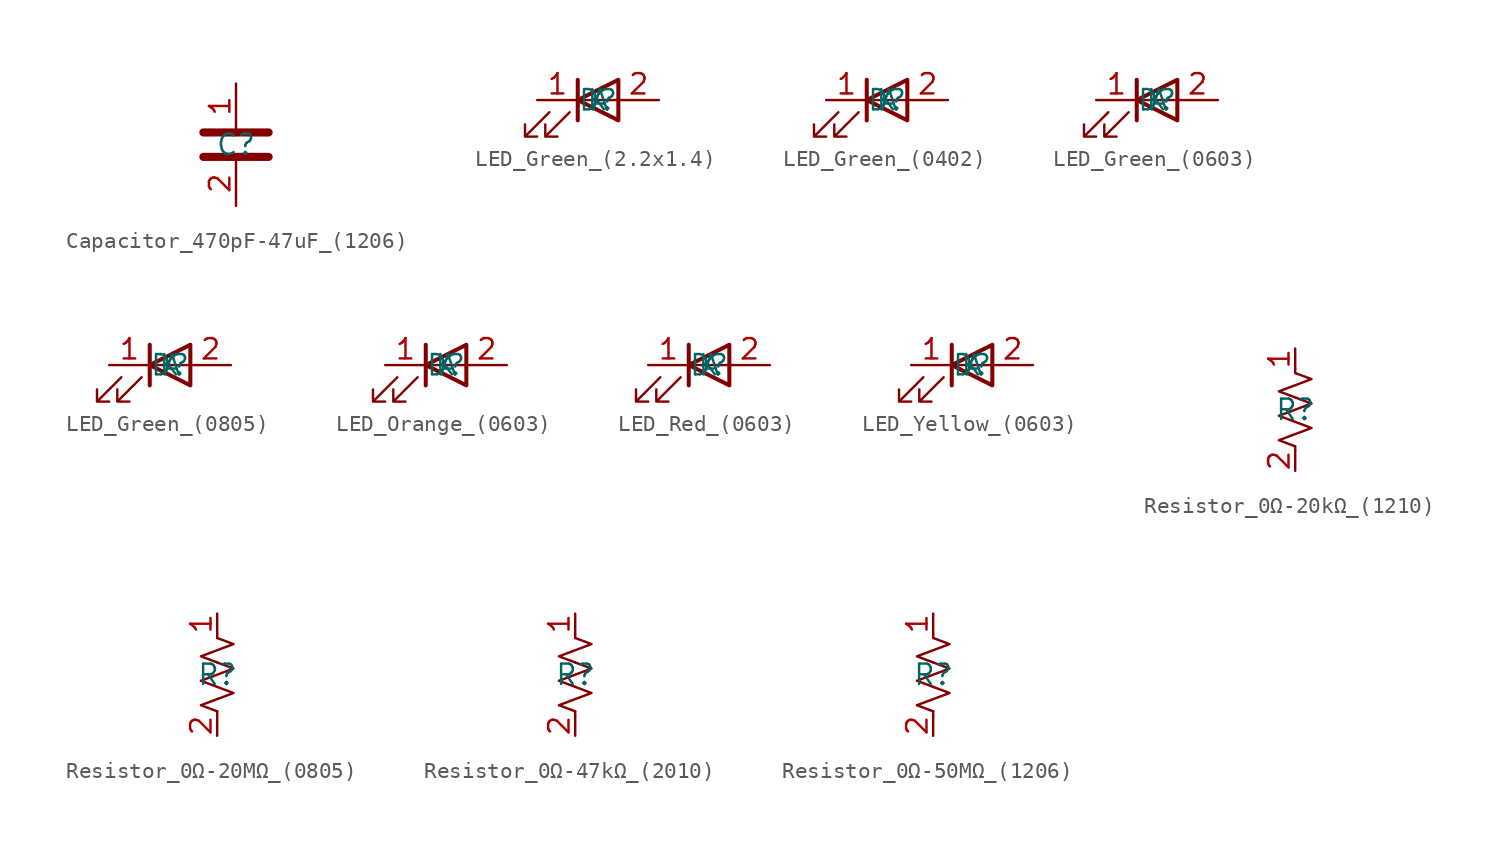
<source format=kicad_sym>
(kicad_symbol_lib
  (version 20231120)
  (generator "kicad_symbol_editor")
  (generator_version "8.0")
  (symbol "Capacitor_470pF-47uF_(1206)"
    (property "Reference" "C"
      (at 0 0 0)
      (effects (font (size 1.27 1.27))))
    (property "Value" ""
      (at 0 0 0)
      (effects (font (size 1.27 1.27))))
    (symbol "Capacitor_470pF-47uF_(1206)_0_1"
      (polyline (pts (xy -2.032 -0.762) (xy 2.032 -0.762)) (stroke (width 0.508) (type default)) (fill (type none)))
      (polyline (pts (xy -2.032 0.762) (xy 2.032 0.762)) (stroke (width 0.508) (type default)) (fill (type none))))
    (symbol "Capacitor_470pF-47uF_(1206)_1_1"
      (pin passive line (at 0 3.81 270) (length 2.794) (name "~" (effects (font (size 1.27 1.27)))) (number "1" (effects (font (size 1.27 1.27)))))
      (pin passive line (at 0 -3.81 90) (length 2.794) (name "~" (effects (font (size 1.27 1.27)))) (number "2" (effects (font (size 1.27 1.27)))))))
  (symbol "LED_Green_(2.2x1.4)"
    (property "Reference" "D"
      (at 0 0 0)
      (effects (font (size 1.27 1.27))))
    (property "Value" ""
      (at 0 0 0)
      (effects (font (size 1.27 1.27))))
    (symbol "LED_Green_(2.2x1.4)_0_1"
      (polyline (pts (xy -1.27 -1.27) (xy -1.27 1.27)) (stroke (width 0.254) (type default)) (fill (type none)))
      (polyline (pts (xy -1.27 0) (xy 1.27 0)) (stroke (width 0) (type default)) (fill (type none)))
      (polyline (pts (xy 1.27 -1.27) (xy 1.27 1.27) (xy -1.27 0) (xy 1.27 -1.27)) (stroke (width 0.254) (type default)) (fill (type none)))
      (polyline (pts (xy -3.048 -0.762) (xy -4.572 -2.286) (xy -3.81 -2.286) (xy -4.572 -2.286) (xy -4.572 -1.524)) (stroke (width 0) (type default)) (fill (type none)))
      (polyline (pts (xy -1.778 -0.762) (xy -3.302 -2.286) (xy -2.54 -2.286) (xy -3.302 -2.286) (xy -3.302 -1.524)) (stroke (width 0) (type default)) (fill (type none))))
    (symbol "LED_Green_(2.2x1.4)_1_1"
      (pin passive line (at -3.81 0 0) (length 2.54) (name "K" (effects (font (size 1.27 1.27)))) (number "1" (effects (font (size 1.27 1.27)))))
      (pin passive line (at 3.81 0 180) (length 2.54) (name "A" (effects (font (size 1.27 1.27)))) (number "2" (effects (font (size 1.27 1.27)))))))
  (symbol "LED_Green_(0402)"
    (property "Reference" "D"
      (at 0 0 0)
      (effects (font (size 1.27 1.27))))
    (property "Value" ""
      (at 0 0 0)
      (effects (font (size 1.27 1.27))))
    (symbol "LED_Green_(0402)_0_1"
      (polyline (pts (xy -1.27 -1.27) (xy -1.27 1.27)) (stroke (width 0.254) (type default)) (fill (type none)))
      (polyline (pts (xy -1.27 0) (xy 1.27 0)) (stroke (width 0) (type default)) (fill (type none)))
      (polyline (pts (xy 1.27 -1.27) (xy 1.27 1.27) (xy -1.27 0) (xy 1.27 -1.27)) (stroke (width 0.254) (type default)) (fill (type none)))
      (polyline (pts (xy -3.048 -0.762) (xy -4.572 -2.286) (xy -3.81 -2.286) (xy -4.572 -2.286) (xy -4.572 -1.524)) (stroke (width 0) (type default)) (fill (type none)))
      (polyline (pts (xy -1.778 -0.762) (xy -3.302 -2.286) (xy -2.54 -2.286) (xy -3.302 -2.286) (xy -3.302 -1.524)) (stroke (width 0) (type default)) (fill (type none))))
    (symbol "LED_Green_(0402)_1_1"
      (pin passive line (at -3.81 0 0) (length 2.54) (name "K" (effects (font (size 1.27 1.27)))) (number "1" (effects (font (size 1.27 1.27)))))
      (pin passive line (at 3.81 0 180) (length 2.54) (name "A" (effects (font (size 1.27 1.27)))) (number "2" (effects (font (size 1.27 1.27)))))))
  (symbol "LED_Green_(0603)"
    (property "Reference" "D"
      (at 0 0 0)
      (effects (font (size 1.27 1.27))))
    (property "Value" ""
      (at 0 0 0)
      (effects (font (size 1.27 1.27))))
    (symbol "LED_Green_(0603)_0_1"
      (polyline (pts (xy -1.27 -1.27) (xy -1.27 1.27)) (stroke (width 0.254) (type default)) (fill (type none)))
      (polyline (pts (xy -1.27 0) (xy 1.27 0)) (stroke (width 0) (type default)) (fill (type none)))
      (polyline (pts (xy 1.27 -1.27) (xy 1.27 1.27) (xy -1.27 0) (xy 1.27 -1.27)) (stroke (width 0.254) (type default)) (fill (type none)))
      (polyline (pts (xy -3.048 -0.762) (xy -4.572 -2.286) (xy -3.81 -2.286) (xy -4.572 -2.286) (xy -4.572 -1.524)) (stroke (width 0) (type default)) (fill (type none)))
      (polyline (pts (xy -1.778 -0.762) (xy -3.302 -2.286) (xy -2.54 -2.286) (xy -3.302 -2.286) (xy -3.302 -1.524)) (stroke (width 0) (type default)) (fill (type none))))
    (symbol "LED_Green_(0603)_1_1"
      (pin passive line (at -3.81 0 0) (length 2.54) (name "K" (effects (font (size 1.27 1.27)))) (number "1" (effects (font (size 1.27 1.27)))))
      (pin passive line (at 3.81 0 180) (length 2.54) (name "A" (effects (font (size 1.27 1.27)))) (number "2" (effects (font (size 1.27 1.27)))))))
  (symbol "LED_Green_(0805)"
    (property "Reference" "D"
      (at 0 0 0)
      (effects (font (size 1.27 1.27))))
    (property "Value" ""
      (at 0 0 0)
      (effects (font (size 1.27 1.27))))
    (symbol "LED_Green_(0805)_0_1"
      (polyline (pts (xy -1.27 -1.27) (xy -1.27 1.27)) (stroke (width 0.254) (type default)) (fill (type none)))
      (polyline (pts (xy -1.27 0) (xy 1.27 0)) (stroke (width 0) (type default)) (fill (type none)))
      (polyline (pts (xy 1.27 -1.27) (xy 1.27 1.27) (xy -1.27 0) (xy 1.27 -1.27)) (stroke (width 0.254) (type default)) (fill (type none)))
      (polyline (pts (xy -3.048 -0.762) (xy -4.572 -2.286) (xy -3.81 -2.286) (xy -4.572 -2.286) (xy -4.572 -1.524)) (stroke (width 0) (type default)) (fill (type none)))
      (polyline (pts (xy -1.778 -0.762) (xy -3.302 -2.286) (xy -2.54 -2.286) (xy -3.302 -2.286) (xy -3.302 -1.524)) (stroke (width 0) (type default)) (fill (type none))))
    (symbol "LED_Green_(0805)_1_1"
      (pin passive line (at -3.81 0 0) (length 2.54) (name "K" (effects (font (size 1.27 1.27)))) (number "1" (effects (font (size 1.27 1.27)))))
      (pin passive line (at 3.81 0 180) (length 2.54) (name "A" (effects (font (size 1.27 1.27)))) (number "2" (effects (font (size 1.27 1.27)))))))
  (symbol "LED_Orange_(0603)"
    (property "Reference" "D"
      (at 0 0 0)
      (effects (font (size 1.27 1.27))))
    (property "Value" ""
      (at 0 0 0)
      (effects (font (size 1.27 1.27))))
    (symbol "LED_Orange_(0603)_0_1"
      (polyline (pts (xy -1.27 -1.27) (xy -1.27 1.27)) (stroke (width 0.254) (type default)) (fill (type none)))
      (polyline (pts (xy -1.27 0) (xy 1.27 0)) (stroke (width 0) (type default)) (fill (type none)))
      (polyline (pts (xy 1.27 -1.27) (xy 1.27 1.27) (xy -1.27 0) (xy 1.27 -1.27)) (stroke (width 0.254) (type default)) (fill (type none)))
      (polyline (pts (xy -3.048 -0.762) (xy -4.572 -2.286) (xy -3.81 -2.286) (xy -4.572 -2.286) (xy -4.572 -1.524)) (stroke (width 0) (type default)) (fill (type none)))
      (polyline (pts (xy -1.778 -0.762) (xy -3.302 -2.286) (xy -2.54 -2.286) (xy -3.302 -2.286) (xy -3.302 -1.524)) (stroke (width 0) (type default)) (fill (type none))))
    (symbol "LED_Orange_(0603)_1_1"
      (pin passive line (at -3.81 0 0) (length 2.54) (name "K" (effects (font (size 1.27 1.27)))) (number "1" (effects (font (size 1.27 1.27)))))
      (pin passive line (at 3.81 0 180) (length 2.54) (name "A" (effects (font (size 1.27 1.27)))) (number "2" (effects (font (size 1.27 1.27)))))))
  (symbol "LED_Red_(0603)"
    (property "Reference" "D"
      (at 0 0 0)
      (effects (font (size 1.27 1.27))))
    (property "Value" ""
      (at 0 0 0)
      (effects (font (size 1.27 1.27))))
    (symbol "LED_Red_(0603)_0_1"
      (polyline (pts (xy -1.27 -1.27) (xy -1.27 1.27)) (stroke (width 0.254) (type default)) (fill (type none)))
      (polyline (pts (xy -1.27 0) (xy 1.27 0)) (stroke (width 0) (type default)) (fill (type none)))
      (polyline (pts (xy 1.27 -1.27) (xy 1.27 1.27) (xy -1.27 0) (xy 1.27 -1.27)) (stroke (width 0.254) (type default)) (fill (type none)))
      (polyline (pts (xy -3.048 -0.762) (xy -4.572 -2.286) (xy -3.81 -2.286) (xy -4.572 -2.286) (xy -4.572 -1.524)) (stroke (width 0) (type default)) (fill (type none)))
      (polyline (pts (xy -1.778 -0.762) (xy -3.302 -2.286) (xy -2.54 -2.286) (xy -3.302 -2.286) (xy -3.302 -1.524)) (stroke (width 0) (type default)) (fill (type none))))
    (symbol "LED_Red_(0603)_1_1"
      (pin passive line (at -3.81 0 0) (length 2.54) (name "K" (effects (font (size 1.27 1.27)))) (number "1" (effects (font (size 1.27 1.27)))))
      (pin passive line (at 3.81 0 180) (length 2.54) (name "A" (effects (font (size 1.27 1.27)))) (number "2" (effects (font (size 1.27 1.27)))))))
  (symbol "LED_Yellow_(0603)"
    (property "Reference" "D"
      (at 0 0 0)
      (effects (font (size 1.27 1.27))))
    (property "Value" ""
      (at 0 0 0)
      (effects (font (size 1.27 1.27))))
    (symbol "LED_Yellow_(0603)_0_1"
      (polyline (pts (xy -1.27 -1.27) (xy -1.27 1.27)) (stroke (width 0.254) (type default)) (fill (type none)))
      (polyline (pts (xy -1.27 0) (xy 1.27 0)) (stroke (width 0) (type default)) (fill (type none)))
      (polyline (pts (xy 1.27 -1.27) (xy 1.27 1.27) (xy -1.27 0) (xy 1.27 -1.27)) (stroke (width 0.254) (type default)) (fill (type none)))
      (polyline (pts (xy -3.048 -0.762) (xy -4.572 -2.286) (xy -3.81 -2.286) (xy -4.572 -2.286) (xy -4.572 -1.524)) (stroke (width 0) (type default)) (fill (type none)))
      (polyline (pts (xy -1.778 -0.762) (xy -3.302 -2.286) (xy -2.54 -2.286) (xy -3.302 -2.286) (xy -3.302 -1.524)) (stroke (width 0) (type default)) (fill (type none))))
    (symbol "LED_Yellow_(0603)_1_1"
      (pin passive line (at -3.81 0 0) (length 2.54) (name "K" (effects (font (size 1.27 1.27)))) (number "1" (effects (font (size 1.27 1.27)))))
      (pin passive line (at 3.81 0 180) (length 2.54) (name "A" (effects (font (size 1.27 1.27)))) (number "2" (effects (font (size 1.27 1.27)))))))
  (symbol "Resistor_0Ω-20kΩ_(1210)"
    (property "Reference" "R"
      (at 0 0 0)
      (effects (font (size 1.27 1.27))))
    (property "Value" ""
      (at 0 0 0)
      (effects (font (size 1.27 1.27))))
    (symbol "Resistor_0Ω-20kΩ_(1210)_0_1"
      (polyline (pts (xy 0 -2.286) (xy 0 -2.54)) (stroke (width 0) (type default)) (fill (type none)))
      (polyline (pts (xy 0 2.286) (xy 0 2.54)) (stroke (width 0) (type default)) (fill (type none)))
      (polyline (pts (xy 0 -0.762) (xy 1.016 -1.143) (xy 0 -1.524) (xy -1.016 -1.905) (xy 0 -2.286)) (stroke (width 0) (type default)) (fill (type none)))
      (polyline (pts (xy 0 0.762) (xy 1.016 0.381) (xy 0 0) (xy -1.016 -0.381) (xy 0 -0.762)) (stroke (width 0) (type default)) (fill (type none)))
      (polyline (pts (xy 0 2.286) (xy 1.016 1.905) (xy 0 1.524) (xy -1.016 1.143) (xy 0 0.762)) (stroke (width 0) (type default)) (fill (type none))))
    (symbol "Resistor_0Ω-20kΩ_(1210)_1_1"
      (pin passive line (at 0 3.81 270) (length 1.27) (name "~" (effects (font (size 1.27 1.27)))) (number "1" (effects (font (size 1.27 1.27)))))
      (pin passive line (at 0 -3.81 90) (length 1.27) (name "~" (effects (font (size 1.27 1.27)))) (number "2" (effects (font (size 1.27 1.27)))))))
  (symbol "Resistor_0Ω-20MΩ_(0805)"
    (property "Reference" "R"
      (at 0 0 0)
      (effects (font (size 1.27 1.27))))
    (property "Value" ""
      (at 0 0 0)
      (effects (font (size 1.27 1.27))))
    (symbol "Resistor_0Ω-20MΩ_(0805)_0_1"
      (polyline (pts (xy 0 -2.286) (xy 0 -2.54)) (stroke (width 0) (type default)) (fill (type none)))
      (polyline (pts (xy 0 2.286) (xy 0 2.54)) (stroke (width 0) (type default)) (fill (type none)))
      (polyline (pts (xy 0 -0.762) (xy 1.016 -1.143) (xy 0 -1.524) (xy -1.016 -1.905) (xy 0 -2.286)) (stroke (width 0) (type default)) (fill (type none)))
      (polyline (pts (xy 0 0.762) (xy 1.016 0.381) (xy 0 0) (xy -1.016 -0.381) (xy 0 -0.762)) (stroke (width 0) (type default)) (fill (type none)))
      (polyline (pts (xy 0 2.286) (xy 1.016 1.905) (xy 0 1.524) (xy -1.016 1.143) (xy 0 0.762)) (stroke (width 0) (type default)) (fill (type none))))
    (symbol "Resistor_0Ω-20MΩ_(0805)_1_1"
      (pin passive line (at 0 3.81 270) (length 1.27) (name "~" (effects (font (size 1.27 1.27)))) (number "1" (effects (font (size 1.27 1.27)))))
      (pin passive line (at 0 -3.81 90) (length 1.27) (name "~" (effects (font (size 1.27 1.27)))) (number "2" (effects (font (size 1.27 1.27)))))))
  (symbol "Resistor_0Ω-47kΩ_(2010)"
    (property "Reference" "R"
      (at 0 0 0)
      (effects (font (size 1.27 1.27))))
    (property "Value" ""
      (at 0 0 0)
      (effects (font (size 1.27 1.27))))
    (symbol "Resistor_0Ω-47kΩ_(2010)_0_1"
      (polyline (pts (xy 0 -2.286) (xy 0 -2.54)) (stroke (width 0) (type default)) (fill (type none)))
      (polyline (pts (xy 0 2.286) (xy 0 2.54)) (stroke (width 0) (type default)) (fill (type none)))
      (polyline (pts (xy 0 -0.762) (xy 1.016 -1.143) (xy 0 -1.524) (xy -1.016 -1.905) (xy 0 -2.286)) (stroke (width 0) (type default)) (fill (type none)))
      (polyline (pts (xy 0 0.762) (xy 1.016 0.381) (xy 0 0) (xy -1.016 -0.381) (xy 0 -0.762)) (stroke (width 0) (type default)) (fill (type none)))
      (polyline (pts (xy 0 2.286) (xy 1.016 1.905) (xy 0 1.524) (xy -1.016 1.143) (xy 0 0.762)) (stroke (width 0) (type default)) (fill (type none))))
    (symbol "Resistor_0Ω-47kΩ_(2010)_1_1"
      (pin passive line (at 0 3.81 270) (length 1.27) (name "~" (effects (font (size 1.27 1.27)))) (number "1" (effects (font (size 1.27 1.27)))))
      (pin passive line (at 0 -3.81 90) (length 1.27) (name "~" (effects (font (size 1.27 1.27)))) (number "2" (effects (font (size 1.27 1.27)))))))
  (symbol "Resistor_0Ω-50MΩ_(1206)"
    (property "Reference" "R"
      (at 0 0 0)
      (effects (font (size 1.27 1.27))))
    (property "Value" ""
      (at 0 0 0)
      (effects (font (size 1.27 1.27))))
    (symbol "Resistor_0Ω-50MΩ_(1206)_0_1"
      (polyline (pts (xy 0 -2.286) (xy 0 -2.54)) (stroke (width 0) (type default)) (fill (type none)))
      (polyline (pts (xy 0 2.286) (xy 0 2.54)) (stroke (width 0) (type default)) (fill (type none)))
      (polyline (pts (xy 0 -0.762) (xy 1.016 -1.143) (xy 0 -1.524) (xy -1.016 -1.905) (xy 0 -2.286)) (stroke (width 0) (type default)) (fill (type none)))
      (polyline (pts (xy 0 0.762) (xy 1.016 0.381) (xy 0 0) (xy -1.016 -0.381) (xy 0 -0.762)) (stroke (width 0) (type default)) (fill (type none)))
      (polyline (pts (xy 0 2.286) (xy 1.016 1.905) (xy 0 1.524) (xy -1.016 1.143) (xy 0 0.762)) (stroke (width 0) (type default)) (fill (type none))))
    (symbol "Resistor_0Ω-50MΩ_(1206)_1_1"
      (pin passive line (at 0 3.81 270) (length 1.27) (name "~" (effects (font (size 1.27 1.27)))) (number "1" (effects (font (size 1.27 1.27)))))
      (pin passive line (at 0 -3.81 90) (length 1.27) (name "~" (effects (font (size 1.27 1.27)))) (number "2" (effects (font (size 1.27 1.27))))))))
</source>
